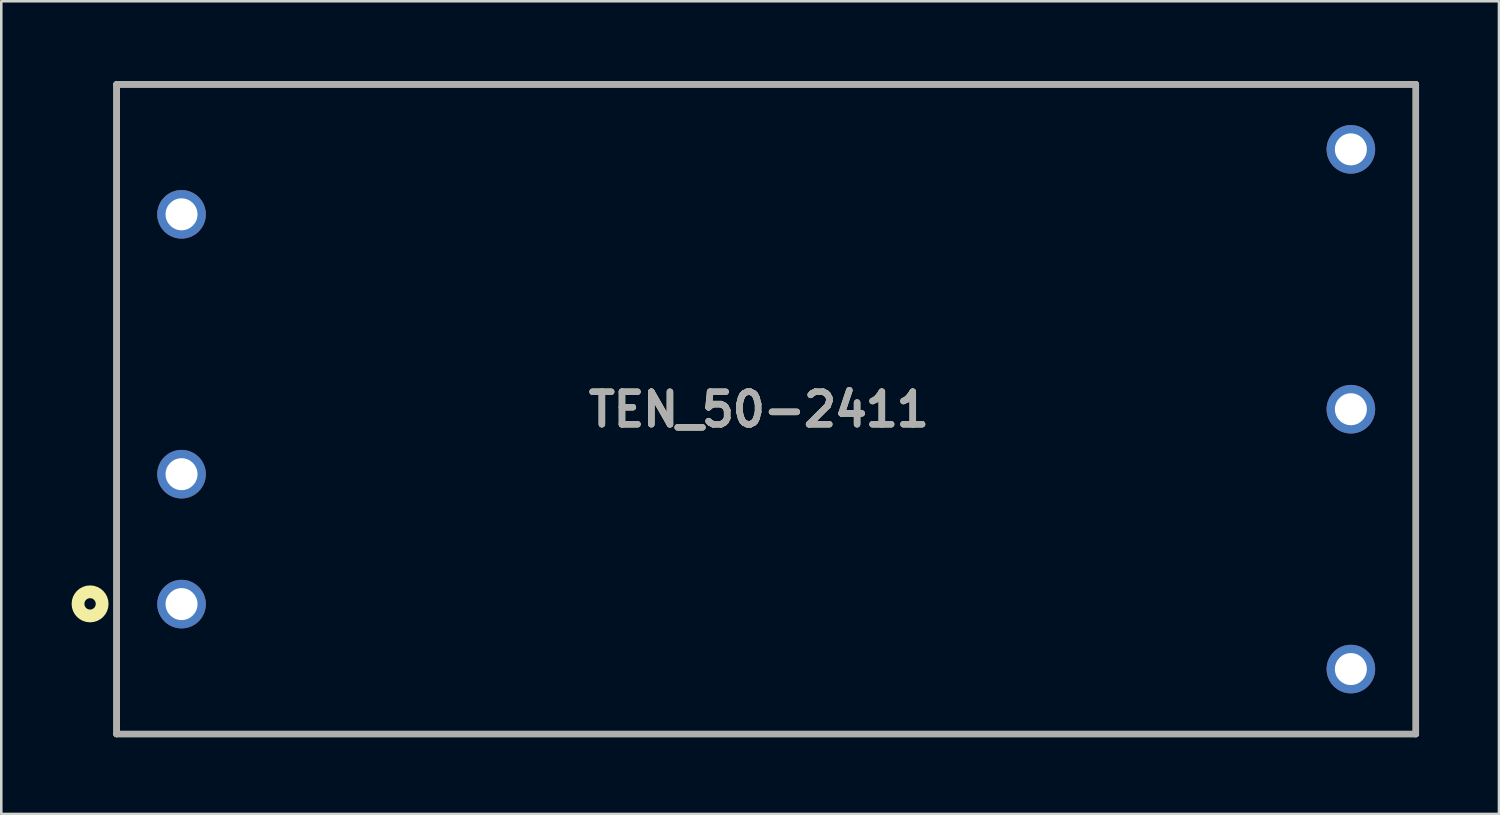
<source format=kicad_pcb>
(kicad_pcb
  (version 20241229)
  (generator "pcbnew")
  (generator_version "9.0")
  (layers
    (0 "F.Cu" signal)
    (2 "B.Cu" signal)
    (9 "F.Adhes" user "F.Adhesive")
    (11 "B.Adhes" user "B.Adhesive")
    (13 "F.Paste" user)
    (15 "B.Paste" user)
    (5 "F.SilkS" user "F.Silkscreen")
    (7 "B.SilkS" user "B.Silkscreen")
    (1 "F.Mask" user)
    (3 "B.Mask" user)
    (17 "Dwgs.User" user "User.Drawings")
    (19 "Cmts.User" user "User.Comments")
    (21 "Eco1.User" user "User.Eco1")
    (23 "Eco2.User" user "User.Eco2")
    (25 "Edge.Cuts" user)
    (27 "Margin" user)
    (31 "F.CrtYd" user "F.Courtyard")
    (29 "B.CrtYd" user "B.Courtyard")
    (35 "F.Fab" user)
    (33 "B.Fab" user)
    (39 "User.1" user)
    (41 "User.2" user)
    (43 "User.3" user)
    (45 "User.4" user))
  (footprint "TEN_50-2411"
    (layer "F.Cu")
    (at 52.308 0.25)
    (property "Reference" "TEN_50-2411" (at -25.687 12.713 0) (layer "F.SilkS") (effects (font (size 1.27 1.27) (thickness 0.254))))
    (attr through_hole)
    (fp_line (start -50.8 0) (end 0 0) (stroke (width 0.25) (type solid)) (layer "F.SilkS"))
    (fp_line (start -50.8 25.4) (end -50.8 0) (stroke (width 0.25) (type solid)) (layer "F.SilkS"))
    (fp_line (start 0 0) (end 0 25.4) (stroke (width 0.25) (type solid)) (layer "F.SilkS"))
    (fp_line (start 0 25.4) (end -50.8 25.4) (stroke (width 0.25) (type solid)) (layer "F.SilkS"))
    (fp_circle (center -51.836 20.311) (end -51.836 20.533) (stroke (width 0.5) (type solid)) (fill no) (layer "F.SilkS"))
    (fp_line (start -50.8 0) (end 0 0) (stroke (width 0.25) (type solid)) (layer "F.Fab"))
    (fp_line (start -50.8 25.4) (end -50.8 0) (stroke (width 0.25) (type solid)) (layer "F.Fab"))
    (fp_line (start 0 0) (end 0 25.4) (stroke (width 0.25) (type solid)) (layer "F.Fab"))
    (fp_line (start 0 25.4) (end -50.8 25.4) (stroke (width 0.25) (type solid)) (layer "F.Fab"))
    (fp_text user "${REFERENCE}" (at -25.687 12.713 0) (layer "F.Fab") (effects (font (size 1.27 1.27) (thickness 0.254))))
    (pad "1" thru_hole circle (at -48.26 20.32) (size 1.9 1.9) (drill 1.25) (layers "*.Cu" "*.Mask"))
    (pad "2" thru_hole circle (at -48.26 15.24) (size 1.9 1.9) (drill 1.25) (layers "*.Cu" "*.Mask"))
    (pad "3" thru_hole circle (at -48.26 5.08) (size 1.9 1.9) (drill 1.25) (layers "*.Cu" "*.Mask"))
    (pad "4" thru_hole circle (at -2.54 22.86) (size 1.9 1.9) (drill 1.25) (layers "*.Cu" "*.Mask"))
    (pad "5" thru_hole circle (at -2.54 12.7) (size 1.9 1.9) (drill 1.25) (layers "*.Cu" "*.Mask"))
    (pad "6" thru_hole circle (at -2.54 2.54) (size 1.9 1.9) (drill 1.25) (layers "*.Cu" "*.Mask")))
  (gr_rect
    (start -3 -3)
    (end 55.558 28.775)
    (stroke (width 0.1) (type default))
    (fill no)
    (layer "Edge.Cuts")))
</source>
